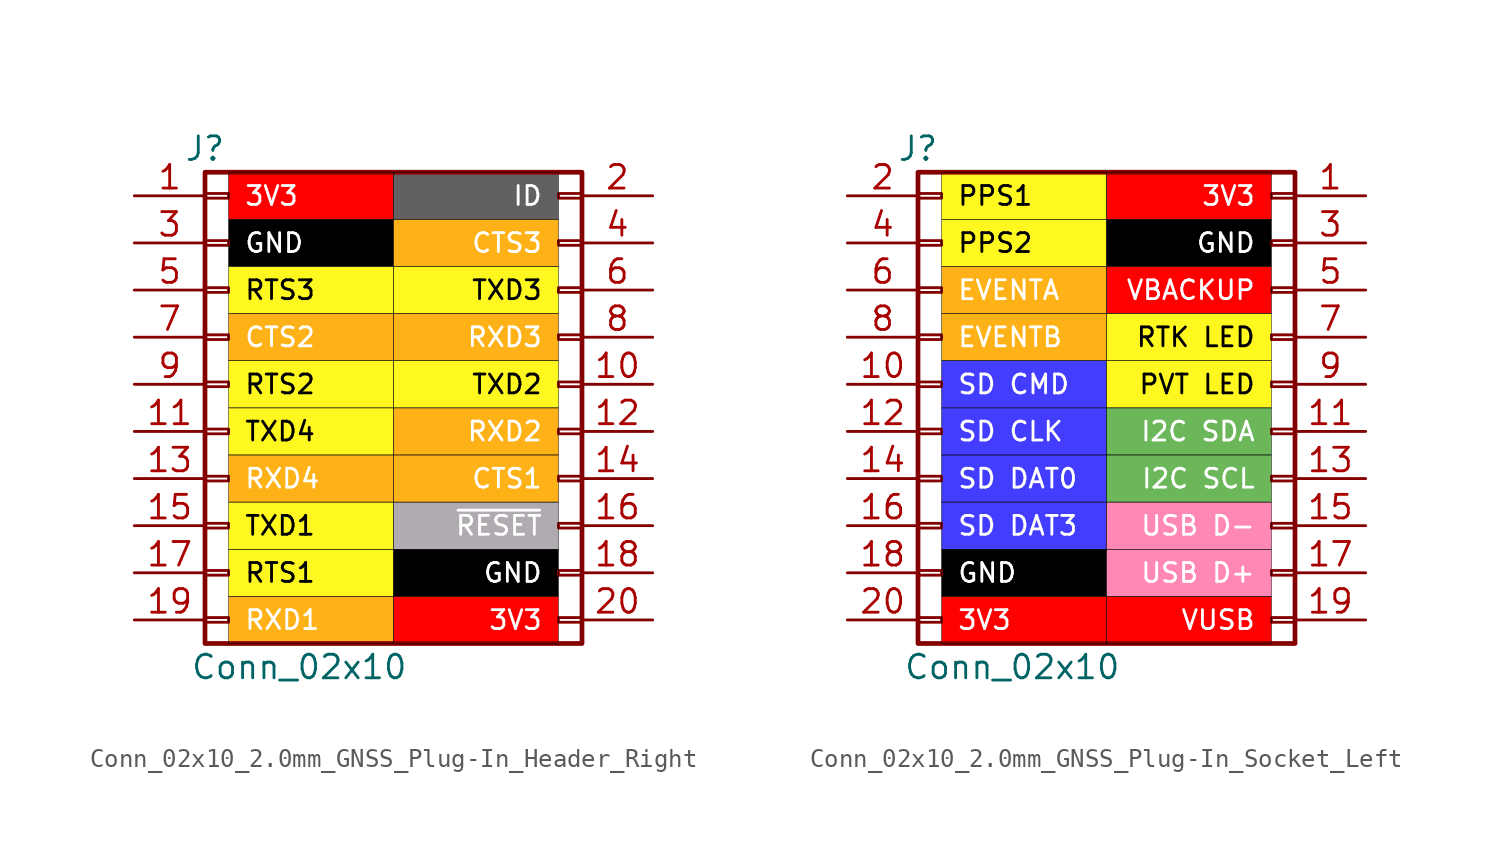
<source format=kicad_sym>
(kicad_symbol_lib
  (version 20231120)
  (generator "kicad_symbol_editor")
  (generator_version "8.0")
  (symbol "Conn_02x10_2.0mm_GNSS_Plug-In_Header_Right"
    (pin_names
      (offset 1.016) hide)
    (property "Reference" "J"
      (at -10.16 12.7 0)
      (effects (font (size 1.27 1.27))))
    (property "Value" "Conn_02x10"
      (at -5.08 -15.24 0)
      (effects (font (size 1.27 1.27))))
    (symbol "Conn_02x10_2.0mm_GNSS_Plug-In_Header_Right_1_1"
      (rectangle (start -10.16 -12.573) (end -8.89 -12.827) (stroke (width 0.152) (type default)) (fill (type none)))
      (rectangle (start -10.16 -10.033) (end -8.89 -10.287) (stroke (width 0.152) (type default)) (fill (type none)))
      (rectangle (start -10.16 -7.493) (end -8.89 -7.747) (stroke (width 0.152) (type default)) (fill (type none)))
      (rectangle (start -10.16 -4.953) (end -8.89 -5.207) (stroke (width 0.152) (type default)) (fill (type none)))
      (rectangle (start -10.16 -2.413) (end -8.89 -2.667) (stroke (width 0.152) (type default)) (fill (type none)))
      (rectangle (start -10.16 0.127) (end -8.89 -0.127) (stroke (width 0.152) (type default)) (fill (type none)))
      (rectangle (start -10.16 2.667) (end -8.89 2.413) (stroke (width 0.152) (type default)) (fill (type none)))
      (rectangle (start -10.16 5.207) (end -8.89 4.953) (stroke (width 0.152) (type default)) (fill (type none)))
      (rectangle (start -10.16 7.747) (end -8.89 7.493) (stroke (width 0.152) (type default)) (fill (type none)))
      (rectangle (start -10.16 10.287) (end -8.89 10.033) (stroke (width 0.152) (type default)) (fill (type none)))
      (rectangle (start -10.16 11.43) (end 10.16 -13.97) (stroke (width 0.254) (type default)) (fill (type none)))
      (rectangle (start 8.89 -12.573) (end 10.16 -12.827) (stroke (width 0.152) (type default)) (fill (type none)))
      (rectangle (start 8.89 -10.033) (end 10.16 -10.287) (stroke (width 0.152) (type default)) (fill (type none)))
      (rectangle (start 8.89 -7.493) (end 10.16 -7.747) (stroke (width 0.152) (type default)) (fill (type none)))
      (rectangle (start 8.89 -4.953) (end 10.16 -5.207) (stroke (width 0.152) (type default)) (fill (type none)))
      (rectangle (start 8.89 -2.413) (end 10.16 -2.667) (stroke (width 0.152) (type default)) (fill (type none)))
      (rectangle (start 8.89 0.127) (end 10.16 -0.127) (stroke (width 0.152) (type default)) (fill (type none)))
      (rectangle (start 8.89 2.667) (end 10.16 2.413) (stroke (width 0.152) (type default)) (fill (type none)))
      (rectangle (start 8.89 5.207) (end 10.16 4.953) (stroke (width 0.152) (type default)) (fill (type none)))
      (rectangle (start 8.89 7.747) (end 10.16 7.493) (stroke (width 0.152) (type default)) (fill (type none)))
      (rectangle (start 8.89 10.287) (end 10.16 10.033) (stroke (width 0.152) (type default)) (fill (type none)))
      (text_box "3V3" (at -8.89 11.43 0) (size 8.89 -2.54) (stroke (width 0.025) (type default) (color 0 0 1 1)) (fill (type color) (color 255 0 0 1)) (effects (font (size 1.016 1.016) (color 255 255 255 1)) (justify left)))
      (text_box "3V3" (at 0 -11.43 0) (size 8.89 -2.54) (stroke (width 0.025) (type default) (color 0 0 1 1)) (fill (type color) (color 255 0 0 1)) (effects (font (size 1.016 1.016) (color 255 255 255 1)) (justify right)))
      (text_box "CTS1" (at 0 -3.81 0) (size 8.89 -2.54) (stroke (width 0.025) (type default) (color 0 0 1 1)) (fill (type color) (color 255 178 23 1)) (effects (font (size 1.016 1.016) (color 255 255 255 1)) (justify right)))
      (text_box "CTS2" (at -8.89 3.81 0) (size 8.89 -2.54) (stroke (width 0.025) (type default) (color 0 0 1 1)) (fill (type color) (color 255 178 23 1)) (effects (font (size 1.016 1.016) (color 255 255 255 1)) (justify left)))
      (text_box "CTS3" (at 0 8.89 0) (size 8.89 -2.54) (stroke (width 0.025) (type default) (color 0 0 1 1)) (fill (type color) (color 255 178 23 1)) (effects (font (size 1.016 1.016) (color 255 255 255 1)) (justify right)))
      (text_box "GND" (at -8.89 8.89 0) (size 8.89 -2.54) (stroke (width 0.025) (type default) (color 0 0 1 1)) (fill (type color) (color 0 0 0 1)) (effects (font (size 1.016 1.016) (color 255 255 255 1)) (justify left)))
      (text_box "GND" (at 0 -8.89 0) (size 8.89 -2.54) (stroke (width 0.025) (type default) (color 0 0 1 1)) (fill (type color) (color 0 0 0 1)) (effects (font (size 1.016 1.016) (color 255 255 255 1)) (justify right)))
      (text_box "ID" (at 0 11.43 0) (size 8.89 -2.54) (stroke (width 0.025) (type default) (color 0 0 1 1)) (fill (type color) (color 99 96 99 1)) (effects (font (size 1.016 1.016) (color 255 255 255 1)) (justify right)))
      (text_box "RTS1" (at -8.89 -8.89 0) (size 8.89 -2.54) (stroke (width 0.025) (type default) (color 0 0 1 1)) (fill (type color) (color 255 248 32 1)) (effects (font (size 1.016 1.016) (color 0 0 0 1)) (justify left)))
      (text_box "RTS2" (at -8.89 1.27 0) (size 8.89 -2.54) (stroke (width 0.025) (type default) (color 0 0 1 1)) (fill (type color) (color 255 248 32 1)) (effects (font (size 1.016 1.016) (color 0 0 0 1)) (justify left)))
      (text_box "RTS3" (at -8.89 6.35 0) (size 8.89 -2.54) (stroke (width 0.025) (type default) (color 0 0 1 1)) (fill (type color) (color 255 248 32 1)) (effects (font (size 1.016 1.016) (color 0 0 0 1)) (justify left)))
      (text_box "RXD1" (at -8.89 -11.43 0) (size 8.89 -2.54) (stroke (width 0.025) (type default) (color 0 0 1 1)) (fill (type color) (color 255 178 23 1)) (effects (font (size 1.016 1.016) (color 255 255 255 1)) (justify left)))
      (text_box "RXD2" (at 0 -1.27 0) (size 8.89 -2.54) (stroke (width 0.025) (type default) (color 0 0 1 1)) (fill (type color) (color 255 178 23 1)) (effects (font (size 1.016 1.016) (color 255 255 255 1)) (justify right)))
      (text_box "RXD3" (at 0 3.81 0) (size 8.89 -2.54) (stroke (width 0.025) (type default) (color 0 0 1 1)) (fill (type color) (color 255 178 23 1)) (effects (font (size 1.016 1.016) (color 255 255 255 1)) (justify right)))
      (text_box "RXD4" (at -8.89 -3.81 0) (size 8.89 -2.54) (stroke (width 0.025) (type default) (color 0 0 1 1)) (fill (type color) (color 255 178 23 1)) (effects (font (size 1.016 1.016) (color 255 255 255 1)) (justify left)))
      (text_box "TXD1" (at -8.89 -6.35 0) (size 8.89 -2.54) (stroke (width 0.025) (type default) (color 0 0 1 1)) (fill (type color) (color 255 248 32 1)) (effects (font (size 1.016 1.016) (color 0 0 0 1)) (justify left)))
      (text_box "TXD2" (at 0 1.27 0) (size 8.89 -2.54) (stroke (width 0.025) (type default) (color 0 0 1 1)) (fill (type color) (color 255 248 32 1)) (effects (font (size 1.016 1.016) (color 0 0 0 1)) (justify right)))
      (text_box "TXD3" (at 0 6.35 0) (size 8.89 -2.54) (stroke (width 0.025) (type default) (color 0 0 1 1)) (fill (type color) (color 255 248 32 1)) (effects (font (size 1.016 1.016) (color 0 0 0 1)) (justify right)))
      (text_box "TXD4" (at -8.89 -1.27 0) (size 8.89 -2.54) (stroke (width 0.025) (type default) (color 0 0 1 1)) (fill (type color) (color 255 248 32 1)) (effects (font (size 1.016 1.016) (color 0 0 0 1)) (justify left)))
      (text_box "~{RESET}" (at 0 -6.35 0) (size 8.89 -2.54) (stroke (width 0.025) (type default) (color 0 0 1 1)) (fill (type color) (color 176 171 176 1)) (effects (font (size 1.016 1.016) (color 255 255 255 1)) (justify right)))
      (pin passive line (at -13.97 10.16 0) (length 3.81) (name "Pin_1" (effects (font (size 1.27 1.27)))) (number "1" (effects (font (size 1.27 1.27)))))
      (pin passive line (at 13.97 0 180) (length 3.81) (name "Pin_10" (effects (font (size 1.27 1.27)))) (number "10" (effects (font (size 1.27 1.27)))))
      (pin passive line (at -13.97 -2.54 0) (length 3.81) (name "Pin_1" (effects (font (size 1.27 1.27)))) (number "11" (effects (font (size 1.27 1.27)))))
      (pin passive line (at 13.97 -2.54 180) (length 3.81) (name "Pin_2" (effects (font (size 1.27 1.27)))) (number "12" (effects (font (size 1.27 1.27)))))
      (pin passive line (at -13.97 -5.08 0) (length 3.81) (name "Pin_1" (effects (font (size 1.27 1.27)))) (number "13" (effects (font (size 1.27 1.27)))))
      (pin passive line (at 13.97 -5.08 180) (length 3.81) (name "Pin_2" (effects (font (size 1.27 1.27)))) (number "14" (effects (font (size 1.27 1.27)))))
      (pin passive line (at -13.97 -7.62 0) (length 3.81) (name "Pin_1" (effects (font (size 1.27 1.27)))) (number "15" (effects (font (size 1.27 1.27)))))
      (pin passive line (at 13.97 -7.62 180) (length 3.81) (name "Pin_2" (effects (font (size 1.27 1.27)))) (number "16" (effects (font (size 1.27 1.27)))))
      (pin passive line (at -13.97 -10.16 0) (length 3.81) (name "Pin_1" (effects (font (size 1.27 1.27)))) (number "17" (effects (font (size 1.27 1.27)))))
      (pin passive line (at 13.97 -10.16 180) (length 3.81) (name "Pin_2" (effects (font (size 1.27 1.27)))) (number "18" (effects (font (size 1.27 1.27)))))
      (pin passive line (at -13.97 -12.7 0) (length 3.81) (name "Pin_1" (effects (font (size 1.27 1.27)))) (number "19" (effects (font (size 1.27 1.27)))))
      (pin passive line (at 13.97 10.16 180) (length 3.81) (name "Pin_2" (effects (font (size 1.27 1.27)))) (number "2" (effects (font (size 1.27 1.27)))))
      (pin passive line (at 13.97 -12.7 180) (length 3.81) (name "Pin_2" (effects (font (size 1.27 1.27)))) (number "20" (effects (font (size 1.27 1.27)))))
      (pin passive line (at -13.97 7.62 0) (length 3.81) (name "Pin_3" (effects (font (size 1.27 1.27)))) (number "3" (effects (font (size 1.27 1.27)))))
      (pin passive line (at 13.97 7.62 180) (length 3.81) (name "Pin_4" (effects (font (size 1.27 1.27)))) (number "4" (effects (font (size 1.27 1.27)))))
      (pin passive line (at -13.97 5.08 0) (length 3.81) (name "Pin_5" (effects (font (size 1.27 1.27)))) (number "5" (effects (font (size 1.27 1.27)))))
      (pin passive line (at 13.97 5.08 180) (length 3.81) (name "Pin_6" (effects (font (size 1.27 1.27)))) (number "6" (effects (font (size 1.27 1.27)))))
      (pin passive line (at -13.97 2.54 0) (length 3.81) (name "Pin_7" (effects (font (size 1.27 1.27)))) (number "7" (effects (font (size 1.27 1.27)))))
      (pin passive line (at 13.97 2.54 180) (length 3.81) (name "Pin_8" (effects (font (size 1.27 1.27)))) (number "8" (effects (font (size 1.27 1.27)))))
      (pin passive line (at -13.97 0 0) (length 3.81) (name "Pin_9" (effects (font (size 1.27 1.27)))) (number "9" (effects (font (size 1.27 1.27)))))))
  (symbol "Conn_02x10_2.0mm_GNSS_Plug-In_Socket_Left"
    (pin_names
      (offset 1.016) hide)
    (property "Reference" "J"
      (at -10.16 12.7 0)
      (effects (font (size 1.27 1.27))))
    (property "Value" "Conn_02x10"
      (at -5.08 -15.24 0)
      (effects (font (size 1.27 1.27))))
    (symbol "Conn_02x10_2.0mm_GNSS_Plug-In_Socket_Left_1_1"
      (rectangle (start -10.16 -12.573) (end -8.89 -12.827) (stroke (width 0.152) (type default)) (fill (type none)))
      (rectangle (start -10.16 -10.033) (end -8.89 -10.287) (stroke (width 0.152) (type default)) (fill (type none)))
      (rectangle (start -10.16 -7.493) (end -8.89 -7.747) (stroke (width 0.152) (type default)) (fill (type none)))
      (rectangle (start -10.16 -4.953) (end -8.89 -5.207) (stroke (width 0.152) (type default)) (fill (type none)))
      (rectangle (start -10.16 -2.413) (end -8.89 -2.667) (stroke (width 0.152) (type default)) (fill (type none)))
      (rectangle (start -10.16 0.127) (end -8.89 -0.127) (stroke (width 0.152) (type default)) (fill (type none)))
      (rectangle (start -10.16 2.667) (end -8.89 2.413) (stroke (width 0.152) (type default)) (fill (type none)))
      (rectangle (start -10.16 5.207) (end -8.89 4.953) (stroke (width 0.152) (type default)) (fill (type none)))
      (rectangle (start -10.16 7.747) (end -8.89 7.493) (stroke (width 0.152) (type default)) (fill (type none)))
      (rectangle (start -10.16 10.287) (end -8.89 10.033) (stroke (width 0.152) (type default)) (fill (type none)))
      (rectangle (start -10.16 11.43) (end 10.16 -13.97) (stroke (width 0.254) (type default)) (fill (type none)))
      (rectangle (start 8.89 -12.573) (end 10.16 -12.827) (stroke (width 0.152) (type default)) (fill (type none)))
      (rectangle (start 8.89 -10.033) (end 10.16 -10.287) (stroke (width 0.152) (type default)) (fill (type none)))
      (rectangle (start 8.89 -7.493) (end 10.16 -7.747) (stroke (width 0.152) (type default)) (fill (type none)))
      (rectangle (start 8.89 -4.953) (end 10.16 -5.207) (stroke (width 0.152) (type default)) (fill (type none)))
      (rectangle (start 8.89 -2.413) (end 10.16 -2.667) (stroke (width 0.152) (type default)) (fill (type none)))
      (rectangle (start 8.89 0.127) (end 10.16 -0.127) (stroke (width 0.152) (type default)) (fill (type none)))
      (rectangle (start 8.89 2.667) (end 10.16 2.413) (stroke (width 0.152) (type default)) (fill (type none)))
      (rectangle (start 8.89 5.207) (end 10.16 4.953) (stroke (width 0.152) (type default)) (fill (type none)))
      (rectangle (start 8.89 7.747) (end 10.16 7.493) (stroke (width 0.152) (type default)) (fill (type none)))
      (rectangle (start 8.89 10.287) (end 10.16 10.033) (stroke (width 0.152) (type default)) (fill (type none)))
      (text_box "3V3" (at -8.89 -11.43 0) (size 8.89 -2.54) (stroke (width 0.025) (type default) (color 0 0 1 1)) (fill (type color) (color 255 0 0 1)) (effects (font (size 1.016 1.016) (color 255 255 255 1)) (justify left)))
      (text_box "3V3" (at 0 11.43 0) (size 8.89 -2.54) (stroke (width 0.025) (type default) (color 0 0 1 1)) (fill (type color) (color 255 0 0 1)) (effects (font (size 1.016 1.016) (color 255 255 255 1)) (justify right)))
      (text_box "EVENTA" (at -8.89 6.35 0) (size 8.89 -2.54) (stroke (width 0.025) (type default) (color 0 0 1 1)) (fill (type color) (color 255 178 23 1)) (effects (font (size 1.016 1.016) (color 255 255 255 1)) (justify left)))
      (text_box "EVENTB" (at -8.89 3.81 0) (size 8.89 -2.54) (stroke (width 0.025) (type default) (color 0 0 1 1)) (fill (type color) (color 255 178 23 1)) (effects (font (size 1.016 1.016) (color 255 255 255 1)) (justify left)))
      (text_box "GND" (at -8.89 -8.89 0) (size 8.89 -2.54) (stroke (width 0.025) (type default) (color 0 0 1 1)) (fill (type color) (color 0 0 0 1)) (effects (font (size 1.016 1.016) (color 255 255 255 1)) (justify left)))
      (text_box "GND" (at 0 8.89 0) (size 8.89 -2.54) (stroke (width 0.025) (type default) (color 0 0 1 1)) (fill (type color) (color 0 0 0 1)) (effects (font (size 1.016 1.016) (color 255 255 255 1)) (justify right)))
      (text_box "I2C SCL" (at 0 -3.81 0) (size 8.89 -2.54) (stroke (width 0.025) (type default) (color 0 0 1 1)) (fill (type color) (color 108 183 90 1)) (effects (font (size 1.016 1.016) (color 255 255 255 1)) (justify right)))
      (text_box "I2C SDA" (at 0 -1.27 0) (size 8.89 -2.54) (stroke (width 0.025) (type default) (color 0 0 1 1)) (fill (type color) (color 108 183 90 1)) (effects (font (size 1.016 1.016) (color 255 255 255 1)) (justify right)))
      (text_box "PPS1" (at -8.89 11.43 0) (size 8.89 -2.54) (stroke (width 0.025) (type default) (color 0 0 1 1)) (fill (type color) (color 255 248 32 1)) (effects (font (size 1.016 1.016) (color 0 0 0 1)) (justify left)))
      (text_box "PPS2" (at -8.89 8.89 0) (size 8.89 -2.54) (stroke (width 0.025) (type default) (color 0 0 1 1)) (fill (type color) (color 255 248 32 1)) (effects (font (size 1.016 1.016) (color 0 0 0 1)) (justify left)))
      (text_box "PVT LED" (at 0 1.27 0) (size 8.89 -2.54) (stroke (width 0.025) (type default) (color 0 0 1 1)) (fill (type color) (color 255 248 32 1)) (effects (font (size 1.016 1.016) (color 0 0 0 1)) (justify right)))
      (text_box "RTK LED" (at 0 3.81 0) (size 8.89 -2.54) (stroke (width 0.025) (type default) (color 0 0 1 1)) (fill (type color) (color 255 248 32 1)) (effects (font (size 1.016 1.016) (color 0 0 0 1)) (justify right)))
      (text_box "SD CLK" (at -8.89 -1.27 0) (size 8.89 -2.54) (stroke (width 0.025) (type default) (color 0 0 1 1)) (fill (type color) (color 67 61 255 1)) (effects (font (size 1.016 1.016) (color 255 255 255 1)) (justify left)))
      (text_box "SD CMD" (at -8.89 1.27 0) (size 8.89 -2.54) (stroke (width 0.025) (type default) (color 0 0 1 1)) (fill (type color) (color 67 61 255 1)) (effects (font (size 1.016 1.016) (color 255 255 255 1)) (justify left)))
      (text_box "SD DAT0" (at -8.89 -3.81 0) (size 8.89 -2.54) (stroke (width 0.025) (type default) (color 0 0 1 1)) (fill (type color) (color 67 61 255 1)) (effects (font (size 1.016 1.016) (color 255 255 255 1)) (justify left)))
      (text_box "SD DAT3" (at -8.89 -6.35 0) (size 8.89 -2.54) (stroke (width 0.025) (type default) (color 0 0 1 1)) (fill (type color) (color 67 61 255 1)) (effects (font (size 1.016 1.016) (color 255 255 255 1)) (justify left)))
      (text_box "USB D+" (at 0 -8.89 0) (size 8.89 -2.54) (stroke (width 0.025) (type default) (color 0 0 1 1)) (fill (type color) (color 255 136 181 1)) (effects (font (size 1.016 1.016) (color 255 255 255 1)) (justify right)))
      (text_box "USB D-" (at 0 -6.35 0) (size 8.89 -2.54) (stroke (width 0.025) (type default) (color 0 0 1 1)) (fill (type color) (color 255 136 181 1)) (effects (font (size 1.016 1.016) (color 255 255 255 1)) (justify right)))
      (text_box "VBACKUP" (at 0 6.35 0) (size 8.89 -2.54) (stroke (width 0.025) (type default) (color 0 0 1 1)) (fill (type color) (color 255 0 0 1)) (effects (font (size 1.016 1.016) (color 255 255 255 1)) (justify right)))
      (text_box "VUSB" (at 0 -11.43 0) (size 8.89 -2.54) (stroke (width 0.025) (type default) (color 0 0 1 1)) (fill (type color) (color 255 0 0 1)) (effects (font (size 1.016 1.016) (color 255 255 255 1)) (justify right)))
      (pin passive line (at 13.97 10.16 180) (length 3.81) (name "Pin_1" (effects (font (size 1.27 1.27)))) (number "1" (effects (font (size 1.27 1.27)))))
      (pin passive line (at -13.97 0 0) (length 3.81) (name "Pin_10" (effects (font (size 1.27 1.27)))) (number "10" (effects (font (size 1.27 1.27)))))
      (pin passive line (at 13.97 -2.54 180) (length 3.81) (name "Pin_1" (effects (font (size 1.27 1.27)))) (number "11" (effects (font (size 1.27 1.27)))))
      (pin passive line (at -13.97 -2.54 0) (length 3.81) (name "Pin_2" (effects (font (size 1.27 1.27)))) (number "12" (effects (font (size 1.27 1.27)))))
      (pin passive line (at 13.97 -5.08 180) (length 3.81) (name "Pin_1" (effects (font (size 1.27 1.27)))) (number "13" (effects (font (size 1.27 1.27)))))
      (pin passive line (at -13.97 -5.08 0) (length 3.81) (name "Pin_2" (effects (font (size 1.27 1.27)))) (number "14" (effects (font (size 1.27 1.27)))))
      (pin passive line (at 13.97 -7.62 180) (length 3.81) (name "Pin_1" (effects (font (size 1.27 1.27)))) (number "15" (effects (font (size 1.27 1.27)))))
      (pin passive line (at -13.97 -7.62 0) (length 3.81) (name "Pin_2" (effects (font (size 1.27 1.27)))) (number "16" (effects (font (size 1.27 1.27)))))
      (pin passive line (at 13.97 -10.16 180) (length 3.81) (name "Pin_1" (effects (font (size 1.27 1.27)))) (number "17" (effects (font (size 1.27 1.27)))))
      (pin passive line (at -13.97 -10.16 0) (length 3.81) (name "Pin_2" (effects (font (size 1.27 1.27)))) (number "18" (effects (font (size 1.27 1.27)))))
      (pin passive line (at 13.97 -12.7 180) (length 3.81) (name "Pin_1" (effects (font (size 1.27 1.27)))) (number "19" (effects (font (size 1.27 1.27)))))
      (pin passive line (at -13.97 10.16 0) (length 3.81) (name "Pin_2" (effects (font (size 1.27 1.27)))) (number "2" (effects (font (size 1.27 1.27)))))
      (pin passive line (at -13.97 -12.7 0) (length 3.81) (name "Pin_2" (effects (font (size 1.27 1.27)))) (number "20" (effects (font (size 1.27 1.27)))))
      (pin passive line (at 13.97 7.62 180) (length 3.81) (name "Pin_3" (effects (font (size 1.27 1.27)))) (number "3" (effects (font (size 1.27 1.27)))))
      (pin passive line (at -13.97 7.62 0) (length 3.81) (name "Pin_4" (effects (font (size 1.27 1.27)))) (number "4" (effects (font (size 1.27 1.27)))))
      (pin passive line (at 13.97 5.08 180) (length 3.81) (name "Pin_5" (effects (font (size 1.27 1.27)))) (number "5" (effects (font (size 1.27 1.27)))))
      (pin passive line (at -13.97 5.08 0) (length 3.81) (name "Pin_6" (effects (font (size 1.27 1.27)))) (number "6" (effects (font (size 1.27 1.27)))))
      (pin passive line (at 13.97 2.54 180) (length 3.81) (name "Pin_7" (effects (font (size 1.27 1.27)))) (number "7" (effects (font (size 1.27 1.27)))))
      (pin passive line (at -13.97 2.54 0) (length 3.81) (name "Pin_8" (effects (font (size 1.27 1.27)))) (number "8" (effects (font (size 1.27 1.27)))))
      (pin passive line (at 13.97 0 180) (length 3.81) (name "Pin_9" (effects (font (size 1.27 1.27)))) (number "9" (effects (font (size 1.27 1.27))))))))
</source>
